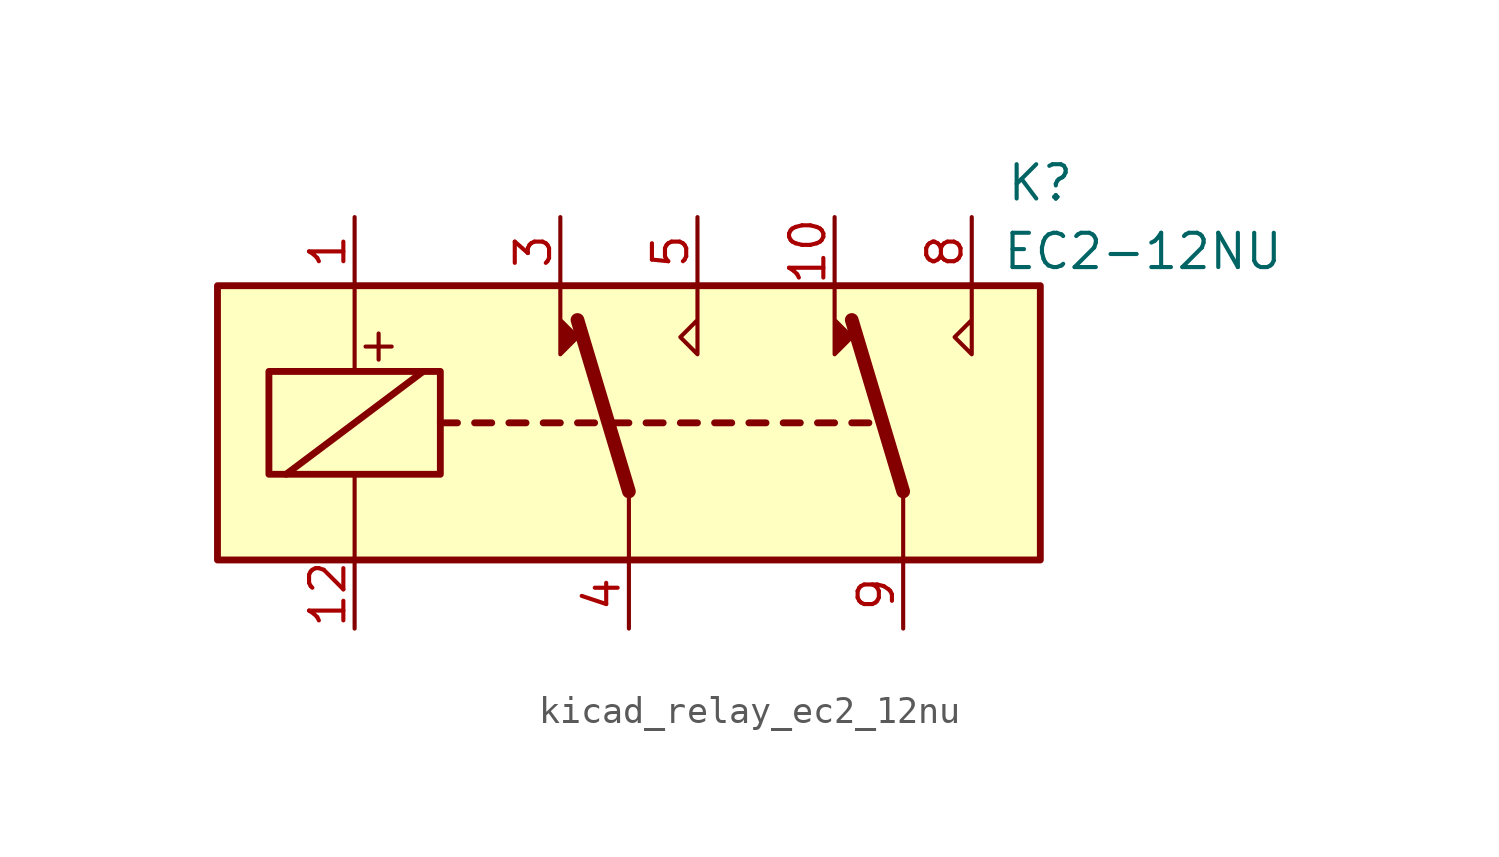
<source format=kicad_sym>
(kicad_symbol_lib
  (version 20220914)
  (generator kicad_symbol_editor)
  (symbol "kicad_relay_ec2_12nu"
    (property "Reference" "K"
      (at 15.24 8.89 0)
      (effects (font (size 1.27 1.27))))
    (property "Value" "EC2-12NU"
      (at 19.05 6.35 0)
      (effects (font (size 1.27 1.27))))
    (symbol "kicad_relay_ec2_12nu_1_1"
      (rectangle (start -15.24 5.08) (end 15.24 -5.08) (stroke (width 0.254) (type default)) (fill (type background)))
      (rectangle (start -13.335 1.905) (end -6.985 -1.905) (stroke (width 0.254) (type default)) (fill (type none)))
      (polyline (pts (xy -12.7 -1.905) (xy -7.62 1.905)) (stroke (width 0.254) (type default)) (fill (type none)))
      (polyline (pts (xy -10.16 -5.08) (xy -10.16 -1.905)) (stroke (width 0) (type default)) (fill (type none)))
      (polyline (pts (xy -10.16 5.08) (xy -10.16 1.905)) (stroke (width 0) (type default)) (fill (type none)))
      (polyline (pts (xy -6.985 0) (xy -6.35 0)) (stroke (width 0.254) (type default)) (fill (type none)))
      (polyline (pts (xy -5.715 0) (xy -5.08 0)) (stroke (width 0.254) (type default)) (fill (type none)))
      (polyline (pts (xy -4.445 0) (xy -3.81 0)) (stroke (width 0.254) (type default)) (fill (type none)))
      (polyline (pts (xy -3.175 0) (xy -2.54 0)) (stroke (width 0.254) (type default)) (fill (type none)))
      (polyline (pts (xy -1.905 0) (xy -1.27 0)) (stroke (width 0.254) (type default)) (fill (type none)))
      (polyline (pts (xy -0.635 0) (xy 0 0)) (stroke (width 0.254) (type default)) (fill (type none)))
      (polyline (pts (xy 0 -2.54) (xy -1.905 3.81)) (stroke (width 0.508) (type default)) (fill (type none)))
      (polyline (pts (xy 0 -2.54) (xy 0 -5.08)) (stroke (width 0) (type default)) (fill (type none)))
      (polyline (pts (xy 0.635 0) (xy 1.27 0)) (stroke (width 0.254) (type default)) (fill (type none)))
      (polyline (pts (xy 1.905 0) (xy 2.54 0)) (stroke (width 0.254) (type default)) (fill (type none)))
      (polyline (pts (xy 3.175 0) (xy 3.81 0)) (stroke (width 0.254) (type default)) (fill (type none)))
      (polyline (pts (xy 4.445 0) (xy 5.08 0)) (stroke (width 0.254) (type default)) (fill (type none)))
      (polyline (pts (xy 5.715 0) (xy 6.35 0)) (stroke (width 0.254) (type default)) (fill (type none)))
      (polyline (pts (xy 6.985 0) (xy 7.62 0)) (stroke (width 0.254) (type default)) (fill (type none)))
      (polyline (pts (xy 8.255 0) (xy 8.89 0)) (stroke (width 0.254) (type default)) (fill (type none)))
      (polyline (pts (xy 10.16 -2.54) (xy 8.255 3.81)) (stroke (width 0.508) (type default)) (fill (type none)))
      (polyline (pts (xy 10.16 -2.54) (xy 10.16 -5.08)) (stroke (width 0) (type default)) (fill (type none)))
      (polyline (pts (xy -2.54 5.08) (xy -2.54 2.54) (xy -1.905 3.175) (xy -2.54 3.81)) (stroke (width 0) (type default)) (fill (type outline)))
      (polyline (pts (xy 2.54 5.08) (xy 2.54 2.54) (xy 1.905 3.175) (xy 2.54 3.81)) (stroke (width 0) (type default)) (fill (type none)))
      (polyline (pts (xy 7.62 5.08) (xy 7.62 2.54) (xy 8.255 3.175) (xy 7.62 3.81)) (stroke (width 0) (type default)) (fill (type outline)))
      (polyline (pts (xy 12.7 5.08) (xy 12.7 2.54) (xy 12.065 3.175) (xy 12.7 3.81)) (stroke (width 0) (type default)) (fill (type none)))
      (text "+" (at -9.271 2.921 0) (effects (font (size 1.27 1.27))))
      (pin passive line (at -10.16 7.62 270) (length 2.54) (name "~" (effects (font (size 1.27 1.27)))) (number "1" (effects (font (size 1.27 1.27)))))
      (pin passive line (at 7.62 7.62 270) (length 2.54) (name "~" (effects (font (size 1.27 1.27)))) (number "10" (effects (font (size 1.27 1.27)))))
      (pin passive line (at -10.16 -7.62 90) (length 2.54) (name "~" (effects (font (size 1.27 1.27)))) (number "12" (effects (font (size 1.27 1.27)))))
      (pin passive line (at -2.54 7.62 270) (length 2.54) (name "~" (effects (font (size 1.27 1.27)))) (number "3" (effects (font (size 1.27 1.27)))))
      (pin passive line (at 0 -7.62 90) (length 2.54) (name "~" (effects (font (size 1.27 1.27)))) (number "4" (effects (font (size 1.27 1.27)))))
      (pin passive line (at 2.54 7.62 270) (length 2.54) (name "~" (effects (font (size 1.27 1.27)))) (number "5" (effects (font (size 1.27 1.27)))))
      (pin passive line (at 12.7 7.62 270) (length 2.54) (name "~" (effects (font (size 1.27 1.27)))) (number "8" (effects (font (size 1.27 1.27)))))
      (pin passive line (at 10.16 -7.62 90) (length 2.54) (name "~" (effects (font (size 1.27 1.27)))) (number "9" (effects (font (size 1.27 1.27))))))))
</source>
